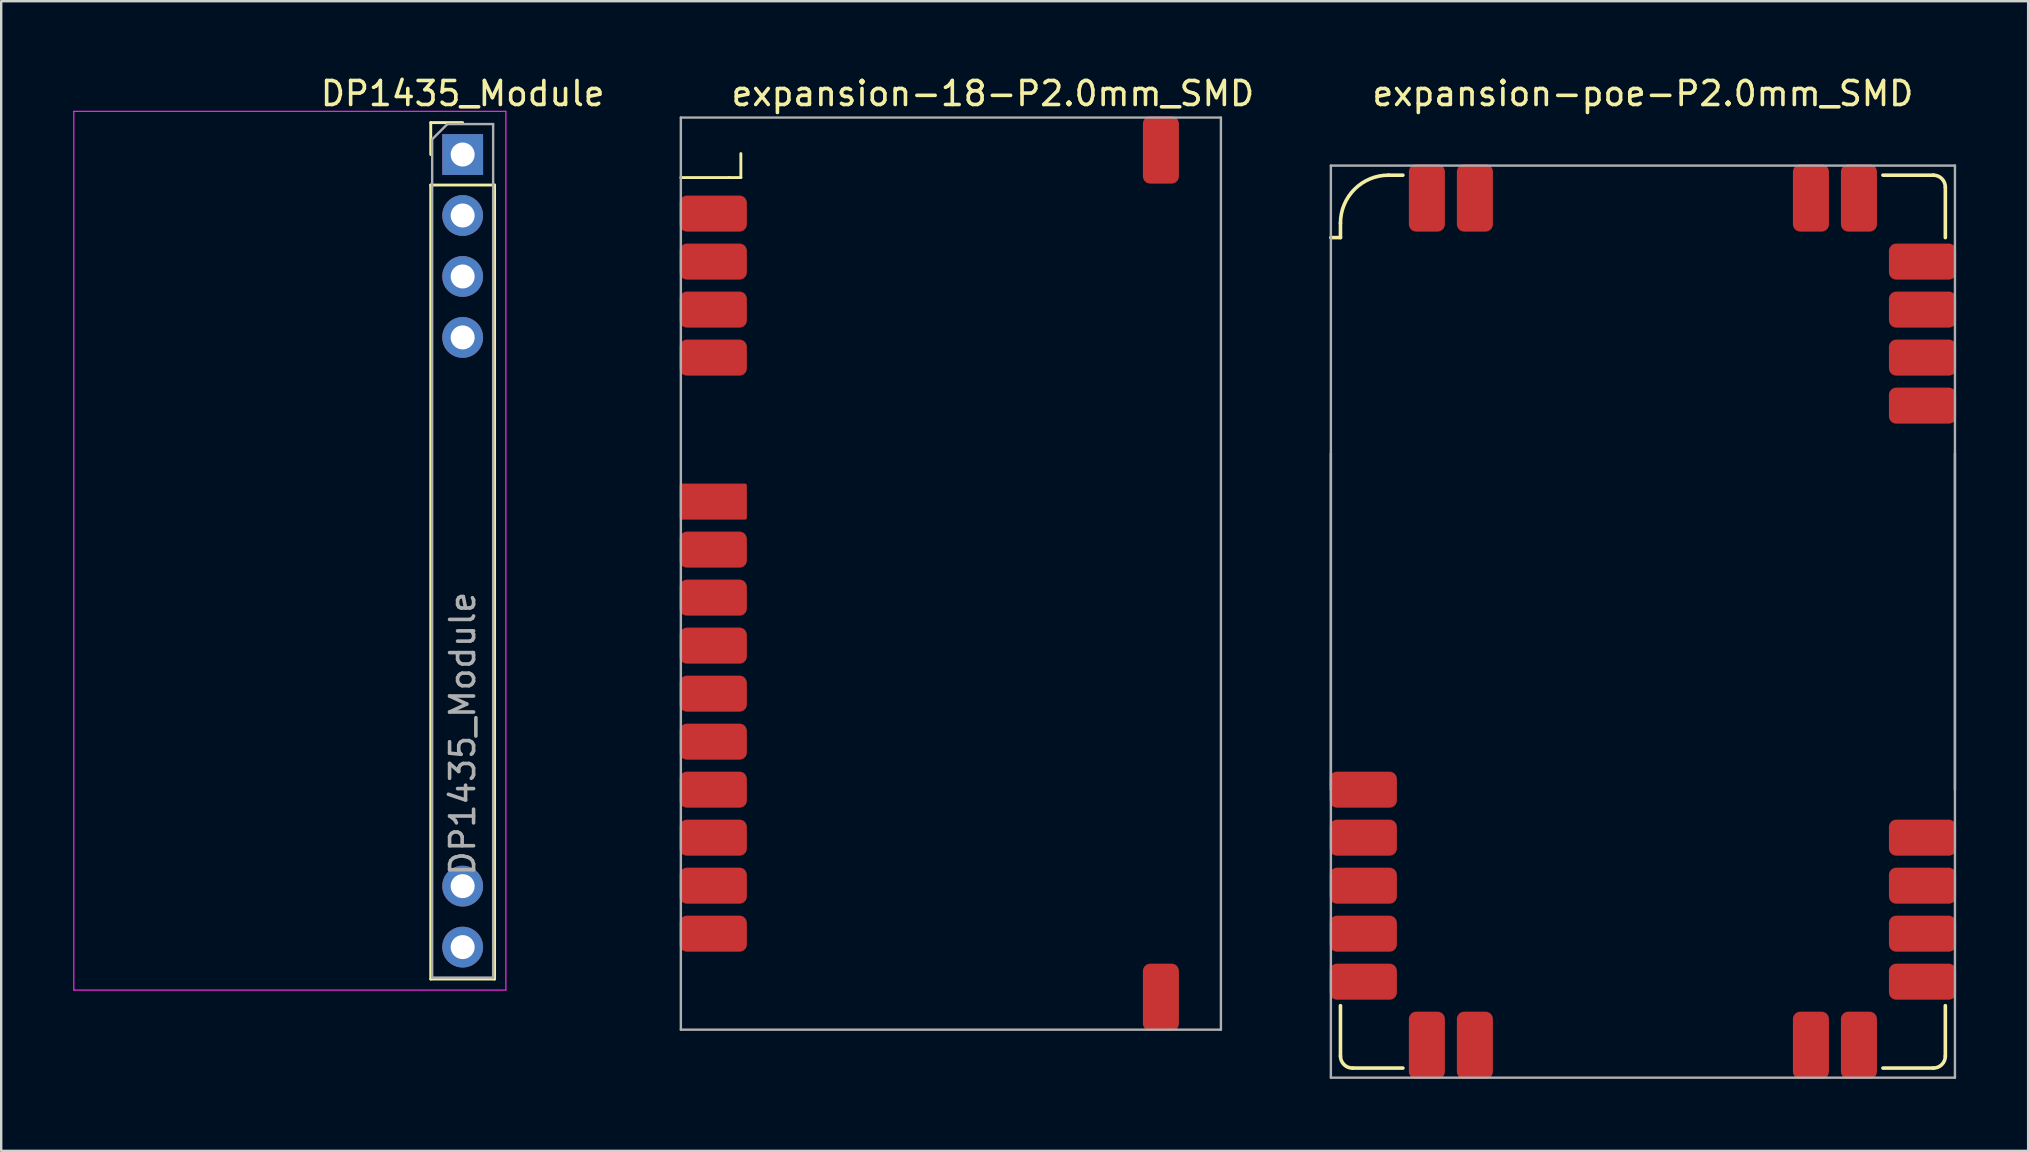
<source format=kicad_pcb>
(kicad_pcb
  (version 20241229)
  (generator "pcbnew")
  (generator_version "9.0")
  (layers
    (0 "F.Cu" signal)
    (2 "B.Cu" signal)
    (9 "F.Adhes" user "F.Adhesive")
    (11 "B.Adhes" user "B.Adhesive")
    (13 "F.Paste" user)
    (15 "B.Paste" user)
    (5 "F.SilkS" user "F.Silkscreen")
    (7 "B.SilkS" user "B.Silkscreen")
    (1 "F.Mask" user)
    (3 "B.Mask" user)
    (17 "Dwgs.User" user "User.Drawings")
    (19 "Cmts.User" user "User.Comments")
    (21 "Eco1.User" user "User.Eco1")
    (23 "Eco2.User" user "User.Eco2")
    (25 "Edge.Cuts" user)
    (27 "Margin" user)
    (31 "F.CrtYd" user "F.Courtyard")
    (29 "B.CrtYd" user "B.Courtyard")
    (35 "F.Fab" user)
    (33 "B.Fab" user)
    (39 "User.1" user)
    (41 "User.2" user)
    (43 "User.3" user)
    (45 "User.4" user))
  (footprint "expansion-18-P2.0mm_SMD"
    (layer "F.Cu")
    (at 36.565 19.848)
    (property "Reference" "expansion-18-P2.0mm_SMD" (at 1.75 -19 0) (unlocked yes) (layer "F.SilkS") (effects (font (size 1 1) (thickness 0.15))))
    (attr through_hole)
    (fp_line (start -11.25 -15.5) (end -9.25 -15.5) (stroke (width 0.12) (type solid)) (layer "F.SilkS"))
    (fp_line (start -9.25 -15.5) (end -8.75 -15.5) (stroke (width 0.12) (type solid)) (layer "F.SilkS"))
    (fp_line (start -8.75 -15.5) (end -8.75 -16.5) (stroke (width 0.12) (type solid)) (layer "F.SilkS"))
    (fp_line (start -11.25 -18) (end 11.25 -18) (stroke (width 0.1) (type solid)) (layer "F.Fab"))
    (fp_line (start -11.25 20) (end -11.25 -18) (stroke (width 0.1) (type solid)) (layer "F.Fab"))
    (fp_line (start 11.25 -18) (end 11.25 20) (stroke (width 0.1) (type solid)) (layer "F.Fab"))
    (fp_line (start 11.25 20) (end -11.25 20) (stroke (width 0.1) (type solid)) (layer "F.Fab"))
    (pad "1" smd roundrect (at -9.9 -14) (size 2.8 1.5) (layers "F.Cu" "F.Mask" "F.Paste") (roundrect_rratio 0.2))
    (pad "2" smd roundrect (at -9.9 -12) (size 2.8 1.5) (layers "F.Cu" "F.Mask" "F.Paste") (roundrect_rratio 0.2))
    (pad "3" smd roundrect (at -9.9 -10) (size 2.8 1.5) (layers "F.Cu" "F.Mask" "F.Paste") (roundrect_rratio 0.2))
    (pad "4" smd roundrect (at -9.9 -8) (size 2.8 1.5) (layers "F.Cu" "F.Mask" "F.Paste") (roundrect_rratio 0.2))
    (pad "5" smd roundrect (at 8.75 -16.65 270) (size 2.8 1.5) (layers "F.Cu" "F.Mask" "F.Paste") (roundrect_rratio 0.2))
    (pad "6" smd roundrect (at 8.75 18.65 270) (size 2.8 1.5) (layers "F.Cu" "F.Mask" "F.Paste") (roundrect_rratio 0.2))
    (pad "7" smd roundrect (at -9.9 -2) (size 2.8 1.5) (layers "F.Cu" "F.Mask" "F.Paste") (roundrect_rratio 0.05))
    (pad "8" smd roundrect (at -9.9 0) (size 2.8 1.5) (layers "F.Cu" "F.Mask" "F.Paste") (roundrect_rratio 0.2))
    (pad "9" smd roundrect (at -9.9 2) (size 2.8 1.5) (layers "F.Cu" "F.Mask" "F.Paste") (roundrect_rratio 0.2))
    (pad "10" smd roundrect (at -9.9 4) (size 2.8 1.5) (layers "F.Cu" "F.Mask" "F.Paste") (roundrect_rratio 0.2))
    (pad "11" smd roundrect (at -9.9 6) (size 2.8 1.5) (layers "F.Cu" "F.Mask" "F.Paste") (roundrect_rratio 0.2))
    (pad "12" smd roundrect (at -9.9 8) (size 2.8 1.5) (layers "F.Cu" "F.Mask" "F.Paste") (roundrect_rratio 0.2))
    (pad "13" smd roundrect (at -9.9 10) (size 2.8 1.5) (layers "F.Cu" "F.Mask" "F.Paste") (roundrect_rratio 0.2))
    (pad "14" smd roundrect (at -9.9 12) (size 2.8 1.5) (layers "F.Cu" "F.Mask" "F.Paste") (roundrect_rratio 0.2))
    (pad "15" smd roundrect (at -9.9 14) (size 2.8 1.5) (layers "F.Cu" "F.Mask" "F.Paste") (roundrect_rratio 0.2))
    (pad "16" smd roundrect (at -9.9 16) (size 2.8 1.5) (layers "F.Cu" "F.Mask" "F.Paste") (roundrect_rratio 0.2)))
  (footprint "expansion-poe-P2.0mm_SMD"
    (layer "F.Cu")
    (at 65.396 22.848)
    (property "Reference" "expansion-poe-P2.0mm_SMD" (at 0 -22 0) (unlocked yes) (layer "F.SilkS") (effects (font (size 1 1) (thickness 0.15))))
    (attr through_hole)
    (fp_line (start -13 -16) (end -12.6 -16) (stroke (width 0.15) (type solid)) (layer "F.SilkS"))
    (fp_line (start -12.6 -16) (end -12.6 -16.6) (stroke (width 0.15) (type solid)) (layer "F.SilkS"))
    (fp_line (start -12.6 18.1) (end -12.6 16) (stroke (width 0.15) (type solid)) (layer "F.SilkS"))
    (fp_line (start -10.6 -18.6) (end -10 -18.6) (stroke (width 0.15) (type solid)) (layer "F.SilkS"))
    (fp_line (start -10 18.6) (end -12.1 18.6) (stroke (width 0.15) (type solid)) (layer "F.SilkS"))
    (fp_line (start 10 -18.6) (end 12.1 -18.6) (stroke (width 0.15) (type solid)) (layer "F.SilkS"))
    (fp_line (start 12.1 18.6) (end 10 18.6) (stroke (width 0.15) (type solid)) (layer "F.SilkS"))
    (fp_line (start 12.6 -18.1) (end 12.6 -16) (stroke (width 0.15) (type solid)) (layer "F.SilkS"))
    (fp_line (start 12.6 16) (end 12.6 18.1) (stroke (width 0.15) (type solid)) (layer "F.SilkS"))
    (fp_arc (start -12.6 -16.6) (mid -12.014214 -18.014214) (end -10.6 -18.6) (stroke (width 0.15) (type solid)) (layer "F.SilkS"))
    (fp_arc (start -12.1 18.6) (mid -12.453553 18.453553) (end -12.6 18.1) (stroke (width 0.15) (type solid)) (layer "F.SilkS"))
    (fp_arc (start 12.1 -18.6) (mid 12.453553 -18.453553) (end 12.6 -18.1) (stroke (width 0.15) (type solid)) (layer "F.SilkS"))
    (fp_arc (start 12.6 18.1) (mid 12.453553 18.453553) (end 12.1 18.6) (stroke (width 0.15) (type solid)) (layer "F.SilkS"))
    (fp_line (start -13 -19) (end 13 -19) (stroke (width 0.1) (type solid)) (layer "F.Fab"))
    (fp_line (start -13 7) (end -13 -19) (stroke (width 0.1) (type solid)) (layer "F.Fab"))
    (fp_line (start -13 19) (end -13 -7) (stroke (width 0.1) (type solid)) (layer "F.Fab"))
    (fp_line (start 13 -19) (end 13 7) (stroke (width 0.1) (type solid)) (layer "F.Fab"))
    (fp_line (start 13 -7) (end 13 19) (stroke (width 0.1) (type solid)) (layer "F.Fab"))
    (fp_line (start 13 19) (end -13 19) (stroke (width 0.1) (type solid)) (layer "F.Fab"))
    (pad "GND" smd roundrect (at -9 -17.65 270) (size 2.8 1.5) (layers "F.Cu" "F.Mask" "F.Paste") (roundrect_rratio 0.2))
    (pad "GND" smd roundrect (at -7 -17.65 270) (size 2.8 1.5) (layers "F.Cu" "F.Mask" "F.Paste") (roundrect_rratio 0.2))
    (pad "GND" smd roundrect (at 7 -17.65 270) (size 2.8 1.5) (layers "F.Cu" "F.Mask" "F.Paste") (roundrect_rratio 0.2))
    (pad "GND" smd roundrect (at 7 17.65 270) (size 2.8 1.5) (layers "F.Cu" "F.Mask" "F.Paste") (roundrect_rratio 0.2))
    (pad "GND" smd roundrect (at 9 -17.65 270) (size 2.8 1.5) (layers "F.Cu" "F.Mask" "F.Paste") (roundrect_rratio 0.2))
    (pad "GND" smd roundrect (at 9 17.65 270) (size 2.8 1.5) (layers "F.Cu" "F.Mask" "F.Paste") (roundrect_rratio 0.2))
    (pad "GND" smd roundrect (at 11.65 -15) (size 2.8 1.5) (layers "F.Cu" "F.Mask" "F.Paste") (roundrect_rratio 0.2))
    (pad "GND" smd roundrect (at 11.65 -13) (size 2.8 1.5) (layers "F.Cu" "F.Mask" "F.Paste") (roundrect_rratio 0.2))
    (pad "GND" smd roundrect (at 11.65 13) (size 2.8 1.5) (layers "F.Cu" "F.Mask" "F.Paste") (roundrect_rratio 0.2))
    (pad "GND" smd roundrect (at 11.65 15) (size 2.8 1.5) (layers "F.Cu" "F.Mask" "F.Paste") (roundrect_rratio 0.2))
    (pad "SH" smd roundrect (at -9 17.65 270) (size 2.8 1.5) (layers "F.Cu" "F.Mask" "F.Paste") (roundrect_rratio 0.2))
    (pad "SH" smd roundrect (at -7 17.65 270) (size 2.8 1.5) (layers "F.Cu" "F.Mask" "F.Paste") (roundrect_rratio 0.2))
    (pad "TAP1" smd roundrect (at -11.65 13) (size 2.8 1.5) (layers "F.Cu" "F.Mask" "F.Paste") (roundrect_rratio 0.2))
    (pad "TAP2" smd roundrect (at -11.65 9) (size 2.8 1.5) (layers "F.Cu" "F.Mask" "F.Paste") (roundrect_rratio 0.2))
    (pad "TAP3" smd roundrect (at -11.65 15) (size 2.8 1.5) (layers "F.Cu" "F.Mask" "F.Paste") (roundrect_rratio 0.2))
    (pad "TAP4" smd roundrect (at -11.65 11) (size 2.8 1.5) (layers "F.Cu" "F.Mask" "F.Paste") (roundrect_rratio 0.2))
    (pad "VAUX" smd roundrect (at -11.65 7) (size 2.8 1.5) (layers "F.Cu" "F.Mask" "F.Paste") (roundrect_rratio 0.2))
    (pad "VOUT" smd roundrect (at 11.65 -11) (size 2.8 1.5) (layers "F.Cu" "F.Mask" "F.Paste") (roundrect_rratio 0.2))
    (pad "VOUT" smd roundrect (at 11.65 -9) (size 2.8 1.5) (layers "F.Cu" "F.Mask" "F.Paste") (roundrect_rratio 0.2))
    (pad "VOUT" smd roundrect (at 11.65 9) (size 2.8 1.5) (layers "F.Cu" "F.Mask" "F.Paste") (roundrect_rratio 0.2))
    (pad "VOUT" smd roundrect (at 11.65 11) (size 2.8 1.5) (layers "F.Cu" "F.Mask" "F.Paste") (roundrect_rratio 0.2)))
  (footprint "DP1435_Module"
    (layer "F.Cu")
    (at 16.225 3.388)
    (property "Reference" "DP1435_Module" (at 0 -2.54 0) (layer "F.SilkS") (effects (font (size 1 1) (thickness 0.15))))
    (attr through_hole)
    (fp_line (start -1.33 -1.33) (end 0 -1.33) (stroke (width 0.12) (type solid)) (layer "F.SilkS"))
    (fp_line (start -1.33 0) (end -1.33 -1.33) (stroke (width 0.12) (type solid)) (layer "F.SilkS"))
    (fp_line (start -1.33 1.27) (end -1.33 34.35) (stroke (width 0.12) (type solid)) (layer "F.SilkS"))
    (fp_line (start -1.33 1.27) (end 1.33 1.27) (stroke (width 0.12) (type solid)) (layer "F.SilkS"))
    (fp_line (start -1.33 34.35) (end 1.33 34.35) (stroke (width 0.12) (type solid)) (layer "F.SilkS"))
    (fp_line (start 1.33 1.27) (end 1.33 34.35) (stroke (width 0.12) (type solid)) (layer "F.SilkS"))
    (fp_line (start -16.2 -1.8) (end -16.2 34.81) (stroke (width 0.05) (type solid)) (layer "F.CrtYd"))
    (fp_line (start -16.2 34.81) (end 1.8 34.81) (stroke (width 0.05) (type solid)) (layer "F.CrtYd"))
    (fp_line (start 1.8 -1.8) (end -16.2 -1.8) (stroke (width 0.05) (type solid)) (layer "F.CrtYd"))
    (fp_line (start 1.8 34.81) (end 1.8 -1.8) (stroke (width 0.05) (type solid)) (layer "F.CrtYd"))
    (fp_line (start -1.27 -0.635) (end -0.635 -1.27) (stroke (width 0.1) (type solid)) (layer "F.Fab"))
    (fp_line (start -1.27 34.29) (end -1.27 -0.635) (stroke (width 0.1) (type solid)) (layer "F.Fab"))
    (fp_line (start -0.635 -1.27) (end 1.27 -1.27) (stroke (width 0.1) (type solid)) (layer "F.Fab"))
    (fp_line (start 1.27 -1.27) (end 1.27 34.29) (stroke (width 0.1) (type solid)) (layer "F.Fab"))
    (fp_line (start 1.27 34.29) (end -1.27 34.29) (stroke (width 0.1) (type solid)) (layer "F.Fab"))
    (fp_text user "${REFERENCE}" (at 0 24.13 90) (layer "F.Fab") (effects (font (size 1 1) (thickness 0.15))))
    (pad "1" thru_hole rect (at 0 0) (size 1.7 1.7) (drill 1) (layers "*.Cu" "*.Mask"))
    (pad "2" thru_hole oval (at 0 2.54) (size 1.7 1.7) (drill 1) (layers "*.Cu" "*.Mask"))
    (pad "3" thru_hole oval (at 0 5.08) (size 1.7 1.7) (drill 1) (layers "*.Cu" "*.Mask"))
    (pad "4" thru_hole oval (at 0 7.62) (size 1.7 1.7) (drill 1) (layers "*.Cu" "*.Mask"))
    (pad "5" thru_hole oval (at 0 30.48) (size 1.7 1.7) (drill 1) (layers "*.Cu" "*.Mask"))
    (pad "6" thru_hole oval (at 0 33.02) (size 1.7 1.7) (drill 1) (layers "*.Cu" "*.Mask")))
  (gr_rect
    (start -3 -3)
    (end 81.446 44.898)
    (stroke (width 0.1) (type default))
    (fill no)
    (layer "Edge.Cuts")))
</source>
